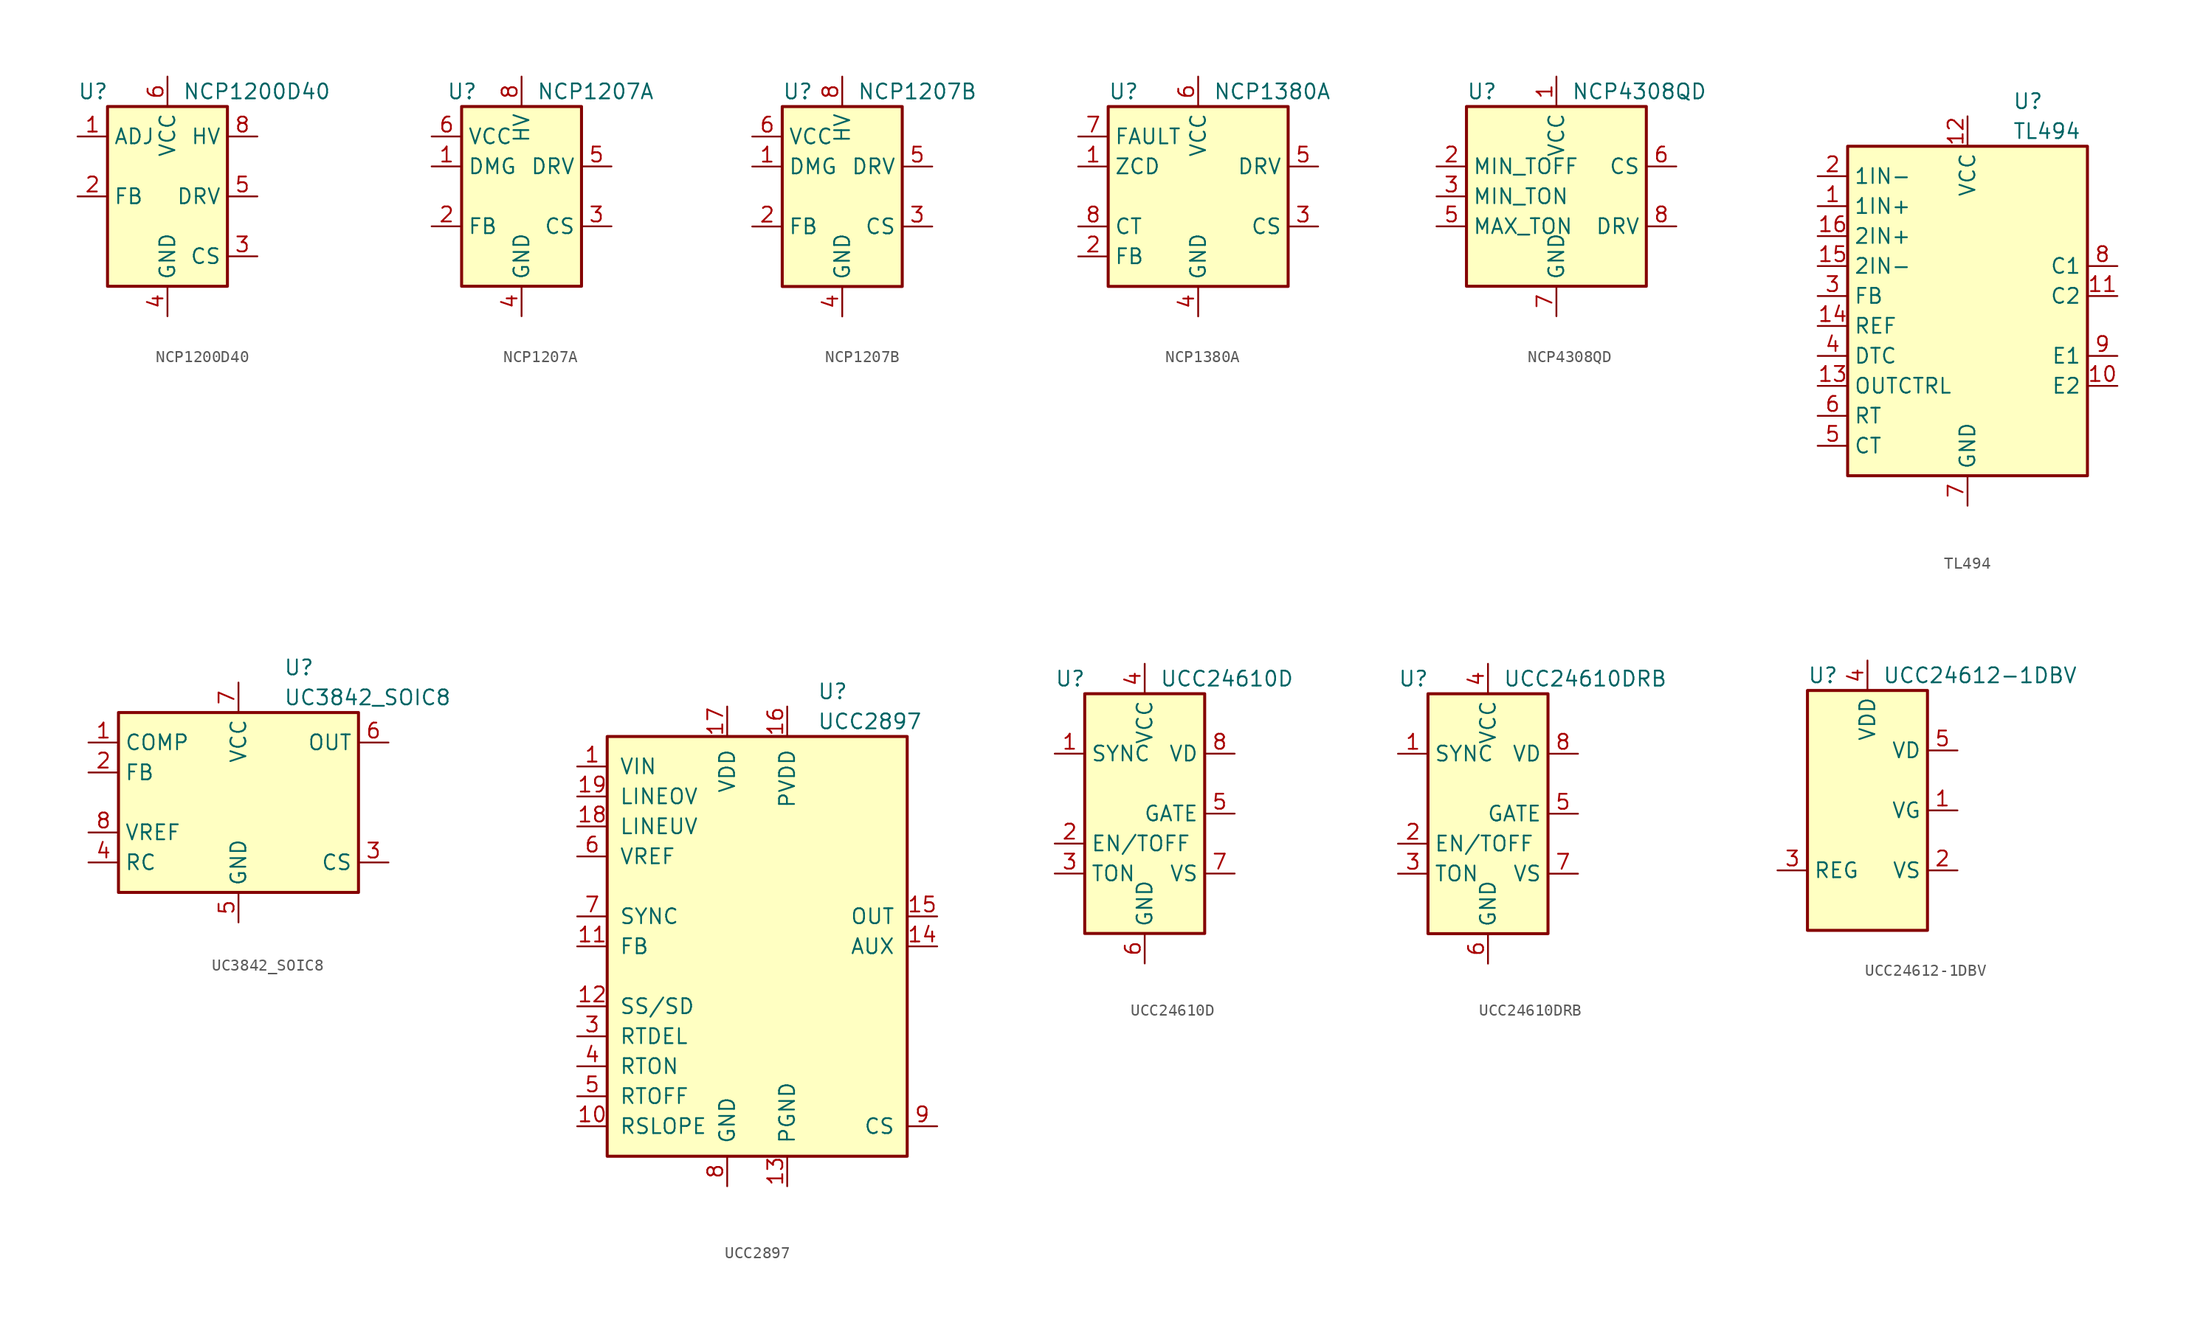
<source format=kicad_sym>
(kicad_symbol_lib
  (version 20220914)
  (generator kicad_symbol_editor)
  (symbol "NCP1200D40"
    (property "Reference" "U"
      (at -7.62 8.89 0)
      (effects (font (size 1.27 1.27)) (justify left)))
    (property "Value" "NCP1200D40"
      (at 1.27 8.89 0)
      (effects (font (size 1.27 1.27)) (justify left)))
    (symbol "NCP1200D40_0_0"
      (rectangle (start -5.08 7.62) (end 5.08 -7.62) (stroke (width 0.254) (type default)) (fill (type background))))
    (symbol "NCP1200D40_1_1"
      (pin input line (at -7.62 5.08 0) (length 2.54) (name "ADJ" (effects (font (size 1.27 1.27)))) (number "1" (effects (font (size 1.27 1.27)))))
      (pin input line (at -7.62 0 0) (length 2.54) (name "FB" (effects (font (size 1.27 1.27)))) (number "2" (effects (font (size 1.27 1.27)))))
      (pin input line (at 7.62 -5.08 180) (length 2.54) (name "CS" (effects (font (size 1.27 1.27)))) (number "3" (effects (font (size 1.27 1.27)))))
      (pin power_in line (at 0 -10.16 90) (length 2.54) (name "GND" (effects (font (size 1.27 1.27)))) (number "4" (effects (font (size 1.27 1.27)))))
      (pin output line (at 7.62 0 180) (length 2.54) (name "DRV" (effects (font (size 1.27 1.27)))) (number "5" (effects (font (size 1.27 1.27)))))
      (pin power_in line (at 0 10.16 270) (length 2.54) (name "VCC" (effects (font (size 1.27 1.27)))) (number "6" (effects (font (size 1.27 1.27)))))
      (pin no_connect line (at -5.08 2.54 0) (length 2.54) hide (name "NC" (effects (font (size 1.27 1.27)))) (number "7" (effects (font (size 1.27 1.27)))))
      (pin input line (at 7.62 5.08 180) (length 2.54) (name "HV" (effects (font (size 1.27 1.27)))) (number "8" (effects (font (size 1.27 1.27)))))))
  (symbol "NCP1207A"
    (property "Reference" "U"
      (at -6.35 8.89 0)
      (effects (font (size 1.27 1.27)) (justify left)))
    (property "Value" "NCP1207A"
      (at 1.27 8.89 0)
      (effects (font (size 1.27 1.27)) (justify left)))
    (symbol "NCP1207A_0_0"
      (rectangle (start -5.08 7.62) (end 5.08 -7.62) (stroke (width 0.254) (type default)) (fill (type background))))
    (symbol "NCP1207A_1_1"
      (pin input line (at -7.62 2.54 0) (length 2.54) (name "DMG" (effects (font (size 1.27 1.27)))) (number "1" (effects (font (size 1.27 1.27)))))
      (pin input line (at -7.62 -2.54 0) (length 2.54) (name "FB" (effects (font (size 1.27 1.27)))) (number "2" (effects (font (size 1.27 1.27)))))
      (pin input line (at 7.62 -2.54 180) (length 2.54) (name "CS" (effects (font (size 1.27 1.27)))) (number "3" (effects (font (size 1.27 1.27)))))
      (pin power_in line (at 0 -10.16 90) (length 2.54) (name "GND" (effects (font (size 1.27 1.27)))) (number "4" (effects (font (size 1.27 1.27)))))
      (pin output line (at 7.62 2.54 180) (length 2.54) (name "DRV" (effects (font (size 1.27 1.27)))) (number "5" (effects (font (size 1.27 1.27)))))
      (pin power_in line (at -7.62 5.08 0) (length 2.54) (name "VCC" (effects (font (size 1.27 1.27)))) (number "6" (effects (font (size 1.27 1.27)))))
      (pin no_connect line (at -5.08 0 0) (length 2.54) hide (name "NC" (effects (font (size 1.27 1.27)))) (number "7" (effects (font (size 1.27 1.27)))))
      (pin input line (at 0 10.16 270) (length 2.54) (name "HV" (effects (font (size 1.27 1.27)))) (number "8" (effects (font (size 1.27 1.27)))))))
  (symbol "NCP1207B"
    (property "Reference" "U"
      (at -5.08 8.89 0)
      (effects (font (size 1.27 1.27)) (justify left)))
    (property "Value" "NCP1207B"
      (at 1.27 8.89 0)
      (effects (font (size 1.27 1.27)) (justify left)))
    (symbol "NCP1207B_0_0"
      (rectangle (start -5.08 7.62) (end 5.08 -7.62) (stroke (width 0.254) (type default)) (fill (type background))))
    (symbol "NCP1207B_1_1"
      (pin input line (at -7.62 2.54 0) (length 2.54) (name "DMG" (effects (font (size 1.27 1.27)))) (number "1" (effects (font (size 1.27 1.27)))))
      (pin input line (at -7.62 -2.54 0) (length 2.54) (name "FB" (effects (font (size 1.27 1.27)))) (number "2" (effects (font (size 1.27 1.27)))))
      (pin input line (at 7.62 -2.54 180) (length 2.54) (name "CS" (effects (font (size 1.27 1.27)))) (number "3" (effects (font (size 1.27 1.27)))))
      (pin power_in line (at 0 -10.16 90) (length 2.54) (name "GND" (effects (font (size 1.27 1.27)))) (number "4" (effects (font (size 1.27 1.27)))))
      (pin output line (at 7.62 2.54 180) (length 2.54) (name "DRV" (effects (font (size 1.27 1.27)))) (number "5" (effects (font (size 1.27 1.27)))))
      (pin power_in line (at -7.62 5.08 0) (length 2.54) (name "VCC" (effects (font (size 1.27 1.27)))) (number "6" (effects (font (size 1.27 1.27)))))
      (pin input line (at 0 10.16 270) (length 2.54) (name "HV" (effects (font (size 1.27 1.27)))) (number "8" (effects (font (size 1.27 1.27)))))))
  (symbol "NCP1380A"
    (property "Reference" "U"
      (at -7.62 8.89 0)
      (effects (font (size 1.27 1.27)) (justify left)))
    (property "Value" "NCP1380A"
      (at 1.27 8.89 0)
      (effects (font (size 1.27 1.27)) (justify left)))
    (symbol "NCP1380A_0_0"
      (rectangle (start -7.62 7.62) (end 7.62 -7.62) (stroke (width 0.254) (type default)) (fill (type background))))
    (symbol "NCP1380A_1_1"
      (pin input line (at -10.16 2.54 0) (length 2.54) (name "ZCD" (effects (font (size 1.27 1.27)))) (number "1" (effects (font (size 1.27 1.27)))))
      (pin input line (at -10.16 -5.08 0) (length 2.54) (name "FB" (effects (font (size 1.27 1.27)))) (number "2" (effects (font (size 1.27 1.27)))))
      (pin input line (at 10.16 -2.54 180) (length 2.54) (name "CS" (effects (font (size 1.27 1.27)))) (number "3" (effects (font (size 1.27 1.27)))))
      (pin power_in line (at 0 -10.16 90) (length 2.54) (name "GND" (effects (font (size 1.27 1.27)))) (number "4" (effects (font (size 1.27 1.27)))))
      (pin output line (at 10.16 2.54 180) (length 2.54) (name "DRV" (effects (font (size 1.27 1.27)))) (number "5" (effects (font (size 1.27 1.27)))))
      (pin power_in line (at 0 10.16 270) (length 2.54) (name "VCC" (effects (font (size 1.27 1.27)))) (number "6" (effects (font (size 1.27 1.27)))))
      (pin input line (at -10.16 5.08 0) (length 2.54) (name "FAULT" (effects (font (size 1.27 1.27)))) (number "7" (effects (font (size 1.27 1.27)))))
      (pin passive line (at -10.16 -2.54 0) (length 2.54) (name "CT" (effects (font (size 1.27 1.27)))) (number "8" (effects (font (size 1.27 1.27)))))))
  (symbol "NCP4308QD"
    (property "Reference" "U"
      (at -7.62 8.89 0)
      (effects (font (size 1.27 1.27)) (justify left)))
    (property "Value" "NCP4308QD"
      (at 1.27 8.89 0)
      (effects (font (size 1.27 1.27)) (justify left)))
    (symbol "NCP4308QD_0_1"
      (rectangle (start -7.62 7.62) (end 7.62 -7.62) (stroke (width 0.254) (type default)) (fill (type background))))
    (symbol "NCP4308QD_1_1"
      (pin power_in line (at 0 10.16 270) (length 2.54) (name "VCC" (effects (font (size 1.27 1.27)))) (number "1" (effects (font (size 1.27 1.27)))))
      (pin passive line (at -10.16 2.54 0) (length 2.54) (name "MIN_TOFF" (effects (font (size 1.27 1.27)))) (number "2" (effects (font (size 1.27 1.27)))))
      (pin passive line (at -10.16 0 0) (length 2.54) (name "MIN_TON" (effects (font (size 1.27 1.27)))) (number "3" (effects (font (size 1.27 1.27)))))
      (pin no_connect line (at 7.62 -5.08 180) (length 2.54) hide (name "NC" (effects (font (size 1.27 1.27)))) (number "4" (effects (font (size 1.27 1.27)))))
      (pin passive line (at -10.16 -2.54 0) (length 2.54) (name "MAX_TON" (effects (font (size 1.27 1.27)))) (number "5" (effects (font (size 1.27 1.27)))))
      (pin input line (at 10.16 2.54 180) (length 2.54) (name "CS" (effects (font (size 1.27 1.27)))) (number "6" (effects (font (size 1.27 1.27)))))
      (pin power_in line (at 0 -10.16 90) (length 2.54) (name "GND" (effects (font (size 1.27 1.27)))) (number "7" (effects (font (size 1.27 1.27)))))
      (pin output line (at 10.16 -2.54 180) (length 2.54) (name "DRV" (effects (font (size 1.27 1.27)))) (number "8" (effects (font (size 1.27 1.27)))))))
  (symbol "TL494"
    (property "Reference" "U"
      (at 3.81 19.05 0)
      (effects (font (size 1.27 1.27)) (justify left)))
    (property "Value" "TL494"
      (at 3.81 16.51 0)
      (effects (font (size 1.27 1.27)) (justify left)))
    (symbol "TL494_0_1"
      (rectangle (start -10.16 -12.7) (end 10.16 15.24) (stroke (width 0.254) (type default)) (fill (type background))))
    (symbol "TL494_1_1"
      (pin input line (at -12.7 10.16 0) (length 2.54) (name "1IN+" (effects (font (size 1.27 1.27)))) (number "1" (effects (font (size 1.27 1.27)))))
      (pin passive line (at 12.7 -5.08 180) (length 2.54) (name "E2" (effects (font (size 1.27 1.27)))) (number "10" (effects (font (size 1.27 1.27)))))
      (pin passive line (at 12.7 2.54 180) (length 2.54) (name "C2" (effects (font (size 1.27 1.27)))) (number "11" (effects (font (size 1.27 1.27)))))
      (pin power_in line (at 0 17.78 270) (length 2.54) (name "VCC" (effects (font (size 1.27 1.27)))) (number "12" (effects (font (size 1.27 1.27)))))
      (pin input line (at -12.7 -5.08 0) (length 2.54) (name "OUTCTRL" (effects (font (size 1.27 1.27)))) (number "13" (effects (font (size 1.27 1.27)))))
      (pin power_out line (at -12.7 0 0) (length 2.54) (name "REF" (effects (font (size 1.27 1.27)))) (number "14" (effects (font (size 1.27 1.27)))))
      (pin input line (at -12.7 5.08 0) (length 2.54) (name "2IN-" (effects (font (size 1.27 1.27)))) (number "15" (effects (font (size 1.27 1.27)))))
      (pin input line (at -12.7 7.62 0) (length 2.54) (name "2IN+" (effects (font (size 1.27 1.27)))) (number "16" (effects (font (size 1.27 1.27)))))
      (pin input line (at -12.7 12.7 0) (length 2.54) (name "1IN-" (effects (font (size 1.27 1.27)))) (number "2" (effects (font (size 1.27 1.27)))))
      (pin output line (at -12.7 2.54 0) (length 2.54) (name "FB" (effects (font (size 1.27 1.27)))) (number "3" (effects (font (size 1.27 1.27)))))
      (pin input line (at -12.7 -2.54 0) (length 2.54) (name "DTC" (effects (font (size 1.27 1.27)))) (number "4" (effects (font (size 1.27 1.27)))))
      (pin passive line (at -12.7 -10.16 0) (length 2.54) (name "CT" (effects (font (size 1.27 1.27)))) (number "5" (effects (font (size 1.27 1.27)))))
      (pin passive line (at -12.7 -7.62 0) (length 2.54) (name "RT" (effects (font (size 1.27 1.27)))) (number "6" (effects (font (size 1.27 1.27)))))
      (pin power_in line (at 0 -15.24 90) (length 2.54) (name "GND" (effects (font (size 1.27 1.27)))) (number "7" (effects (font (size 1.27 1.27)))))
      (pin passive line (at 12.7 5.08 180) (length 2.54) (name "C1" (effects (font (size 1.27 1.27)))) (number "8" (effects (font (size 1.27 1.27)))))
      (pin passive line (at 12.7 -2.54 180) (length 2.54) (name "E1" (effects (font (size 1.27 1.27)))) (number "9" (effects (font (size 1.27 1.27)))))))
  (symbol "UC3842_SOIC8"
    (property "Reference" "U"
      (at 3.81 11.43 0)
      (effects (font (size 1.27 1.27)) (justify left)))
    (property "Value" "UC3842_SOIC8"
      (at 3.81 8.89 0)
      (effects (font (size 1.27 1.27)) (justify left)))
    (symbol "UC3842_SOIC8_0_1"
      (rectangle (start -10.16 -7.62) (end 10.16 7.62) (stroke (width 0.254) (type default)) (fill (type background))))
    (symbol "UC3842_SOIC8_1_1"
      (pin passive line (at -12.7 5.08 0) (length 2.54) (name "COMP" (effects (font (size 1.27 1.27)))) (number "1" (effects (font (size 1.27 1.27)))))
      (pin input line (at -12.7 2.54 0) (length 2.54) (name "FB" (effects (font (size 1.27 1.27)))) (number "2" (effects (font (size 1.27 1.27)))))
      (pin input line (at 12.7 -5.08 180) (length 2.54) (name "CS" (effects (font (size 1.27 1.27)))) (number "3" (effects (font (size 1.27 1.27)))))
      (pin passive line (at -12.7 -5.08 0) (length 2.54) (name "RC" (effects (font (size 1.27 1.27)))) (number "4" (effects (font (size 1.27 1.27)))))
      (pin power_in line (at 0 -10.16 90) (length 2.54) (name "GND" (effects (font (size 1.27 1.27)))) (number "5" (effects (font (size 1.27 1.27)))))
      (pin output line (at 12.7 5.08 180) (length 2.54) (name "OUT" (effects (font (size 1.27 1.27)))) (number "6" (effects (font (size 1.27 1.27)))))
      (pin power_in line (at 0 10.16 270) (length 2.54) (name "VCC" (effects (font (size 1.27 1.27)))) (number "7" (effects (font (size 1.27 1.27)))))
      (pin power_out line (at -12.7 -2.54 0) (length 2.54) (name "VREF" (effects (font (size 1.27 1.27)))) (number "8" (effects (font (size 1.27 1.27)))))))
  (symbol "UCC2897"
    (pin_names
      (offset 1.016))
    (property "Reference" "U"
      (at 5.08 21.59 0)
      (effects (font (size 1.27 1.27)) (justify left)))
    (property "Value" "UCC2897"
      (at 5.08 19.05 0)
      (effects (font (size 1.27 1.27)) (justify left)))
    (symbol "UCC2897_0_1"
      (rectangle (start -12.7 -17.78) (end 12.7 17.78) (stroke (width 0.254) (type default)) (fill (type background))))
    (symbol "UCC2897_1_1"
      (pin input line (at -15.24 15.24 0) (length 2.54) (name "VIN" (effects (font (size 1.27 1.27)))) (number "1" (effects (font (size 1.27 1.27)))))
      (pin passive line (at -15.24 -15.24 0) (length 2.54) (name "RSLOPE" (effects (font (size 1.27 1.27)))) (number "10" (effects (font (size 1.27 1.27)))))
      (pin input line (at -15.24 0 0) (length 2.54) (name "FB" (effects (font (size 1.27 1.27)))) (number "11" (effects (font (size 1.27 1.27)))))
      (pin passive line (at -15.24 -5.08 0) (length 2.54) (name "SS/SD" (effects (font (size 1.27 1.27)))) (number "12" (effects (font (size 1.27 1.27)))))
      (pin power_in line (at 2.54 -20.32 90) (length 2.54) (name "PGND" (effects (font (size 1.27 1.27)))) (number "13" (effects (font (size 1.27 1.27)))))
      (pin output line (at 15.24 0 180) (length 2.54) (name "AUX" (effects (font (size 1.27 1.27)))) (number "14" (effects (font (size 1.27 1.27)))))
      (pin output line (at 15.24 2.54 180) (length 2.54) (name "OUT" (effects (font (size 1.27 1.27)))) (number "15" (effects (font (size 1.27 1.27)))))
      (pin power_in line (at 2.54 20.32 270) (length 2.54) (name "PVDD" (effects (font (size 1.27 1.27)))) (number "16" (effects (font (size 1.27 1.27)))))
      (pin power_in line (at -2.54 20.32 270) (length 2.54) (name "VDD" (effects (font (size 1.27 1.27)))) (number "17" (effects (font (size 1.27 1.27)))))
      (pin passive line (at -15.24 10.16 0) (length 2.54) (name "LINEUV" (effects (font (size 1.27 1.27)))) (number "18" (effects (font (size 1.27 1.27)))))
      (pin passive line (at -15.24 12.7 0) (length 2.54) (name "LINEOV" (effects (font (size 1.27 1.27)))) (number "19" (effects (font (size 1.27 1.27)))))
      (pin no_connect line (at 12.7 15.24 180) (length 2.54) hide (name "NC" (effects (font (size 1.27 1.27)))) (number "2" (effects (font (size 1.27 1.27)))))
      (pin no_connect line (at 12.7 12.7 180) (length 2.54) hide (name "NC" (effects (font (size 1.27 1.27)))) (number "20" (effects (font (size 1.27 1.27)))))
      (pin passive line (at -15.24 -7.62 0) (length 2.54) (name "RTDEL" (effects (font (size 1.27 1.27)))) (number "3" (effects (font (size 1.27 1.27)))))
      (pin passive line (at -15.24 -10.16 0) (length 2.54) (name "RTON" (effects (font (size 1.27 1.27)))) (number "4" (effects (font (size 1.27 1.27)))))
      (pin passive line (at -15.24 -12.7 0) (length 2.54) (name "RTOFF" (effects (font (size 1.27 1.27)))) (number "5" (effects (font (size 1.27 1.27)))))
      (pin output line (at -15.24 7.62 0) (length 2.54) (name "VREF" (effects (font (size 1.27 1.27)))) (number "6" (effects (font (size 1.27 1.27)))))
      (pin input line (at -15.24 2.54 0) (length 2.54) (name "SYNC" (effects (font (size 1.27 1.27)))) (number "7" (effects (font (size 1.27 1.27)))))
      (pin power_in line (at -2.54 -20.32 90) (length 2.54) (name "GND" (effects (font (size 1.27 1.27)))) (number "8" (effects (font (size 1.27 1.27)))))
      (pin input line (at 15.24 -15.24 180) (length 2.54) (name "CS" (effects (font (size 1.27 1.27)))) (number "9" (effects (font (size 1.27 1.27)))))))
  (symbol "UCC24610D"
    (property "Reference" "U"
      (at -7.62 11.43 0)
      (effects (font (size 1.27 1.27)) (justify left)))
    (property "Value" "UCC24610D"
      (at 1.27 11.43 0)
      (effects (font (size 1.27 1.27)) (justify left)))
    (symbol "UCC24610D_0_1"
      (rectangle (start -5.08 -10.16) (end 5.08 10.16) (stroke (width 0.254) (type default)) (fill (type background))))
    (symbol "UCC24610D_1_1"
      (pin input line (at -7.62 5.08 0) (length 2.54) (name "SYNC" (effects (font (size 1.27 1.27)))) (number "1" (effects (font (size 1.27 1.27)))))
      (pin input line (at -7.62 -2.54 0) (length 2.54) (name "EN/TOFF" (effects (font (size 1.27 1.27)))) (number "2" (effects (font (size 1.27 1.27)))))
      (pin input line (at -7.62 -5.08 0) (length 2.54) (name "TON" (effects (font (size 1.27 1.27)))) (number "3" (effects (font (size 1.27 1.27)))))
      (pin power_in line (at 0 12.7 270) (length 2.54) (name "VCC" (effects (font (size 1.27 1.27)))) (number "4" (effects (font (size 1.27 1.27)))))
      (pin output line (at 7.62 0 180) (length 2.54) (name "GATE" (effects (font (size 1.27 1.27)))) (number "5" (effects (font (size 1.27 1.27)))))
      (pin power_in line (at 0 -12.7 90) (length 2.54) (name "GND" (effects (font (size 1.27 1.27)))) (number "6" (effects (font (size 1.27 1.27)))))
      (pin input line (at 7.62 -5.08 180) (length 2.54) (name "VS" (effects (font (size 1.27 1.27)))) (number "7" (effects (font (size 1.27 1.27)))))
      (pin input line (at 7.62 5.08 180) (length 2.54) (name "VD" (effects (font (size 1.27 1.27)))) (number "8" (effects (font (size 1.27 1.27)))))))
  (symbol "UCC24610DRB"
    (property "Reference" "U"
      (at -7.62 11.43 0)
      (effects (font (size 1.27 1.27)) (justify left)))
    (property "Value" "UCC24610DRB"
      (at 1.27 11.43 0)
      (effects (font (size 1.27 1.27)) (justify left)))
    (symbol "UCC24610DRB_0_1"
      (rectangle (start -5.08 -10.16) (end 5.08 10.16) (stroke (width 0.254) (type default)) (fill (type background))))
    (symbol "UCC24610DRB_1_1"
      (pin input line (at -7.62 5.08 0) (length 2.54) (name "SYNC" (effects (font (size 1.27 1.27)))) (number "1" (effects (font (size 1.27 1.27)))))
      (pin input line (at -7.62 -2.54 0) (length 2.54) (name "EN/TOFF" (effects (font (size 1.27 1.27)))) (number "2" (effects (font (size 1.27 1.27)))))
      (pin input line (at -7.62 -5.08 0) (length 2.54) (name "TON" (effects (font (size 1.27 1.27)))) (number "3" (effects (font (size 1.27 1.27)))))
      (pin power_in line (at 0 12.7 270) (length 2.54) (name "VCC" (effects (font (size 1.27 1.27)))) (number "4" (effects (font (size 1.27 1.27)))))
      (pin output line (at 7.62 0 180) (length 2.54) (name "GATE" (effects (font (size 1.27 1.27)))) (number "5" (effects (font (size 1.27 1.27)))))
      (pin power_in line (at 0 -12.7 90) (length 2.54) (name "GND" (effects (font (size 1.27 1.27)))) (number "6" (effects (font (size 1.27 1.27)))))
      (pin input line (at 7.62 -5.08 180) (length 2.54) (name "VS" (effects (font (size 1.27 1.27)))) (number "7" (effects (font (size 1.27 1.27)))))
      (pin input line (at 7.62 5.08 180) (length 2.54) (name "VD" (effects (font (size 1.27 1.27)))) (number "8" (effects (font (size 1.27 1.27)))))))
  (symbol "UCC24612-1DBV"
    (property "Reference" "U"
      (at -5.08 11.43 0)
      (effects (font (size 1.27 1.27)) (justify left)))
    (property "Value" "UCC24612-1DBV"
      (at 1.27 11.43 0)
      (effects (font (size 1.27 1.27)) (justify left)))
    (symbol "UCC24612-1DBV_0_1"
      (rectangle (start -5.08 -10.16) (end 5.08 10.16) (stroke (width 0.254) (type default)) (fill (type background))))
    (symbol "UCC24612-1DBV_1_1"
      (pin output line (at 7.62 0 180) (length 2.54) (name "VG" (effects (font (size 1.27 1.27)))) (number "1" (effects (font (size 1.27 1.27)))))
      (pin input line (at 7.62 -5.08 180) (length 2.54) (name "VS" (effects (font (size 1.27 1.27)))) (number "2" (effects (font (size 1.27 1.27)))))
      (pin passive line (at -7.62 -5.08 0) (length 2.54) (name "REG" (effects (font (size 1.27 1.27)))) (number "3" (effects (font (size 1.27 1.27)))))
      (pin power_in line (at 0 12.7 270) (length 2.54) (name "VDD" (effects (font (size 1.27 1.27)))) (number "4" (effects (font (size 1.27 1.27)))))
      (pin input line (at 7.62 5.08 180) (length 2.54) (name "VD" (effects (font (size 1.27 1.27)))) (number "5" (effects (font (size 1.27 1.27))))))))
</source>
